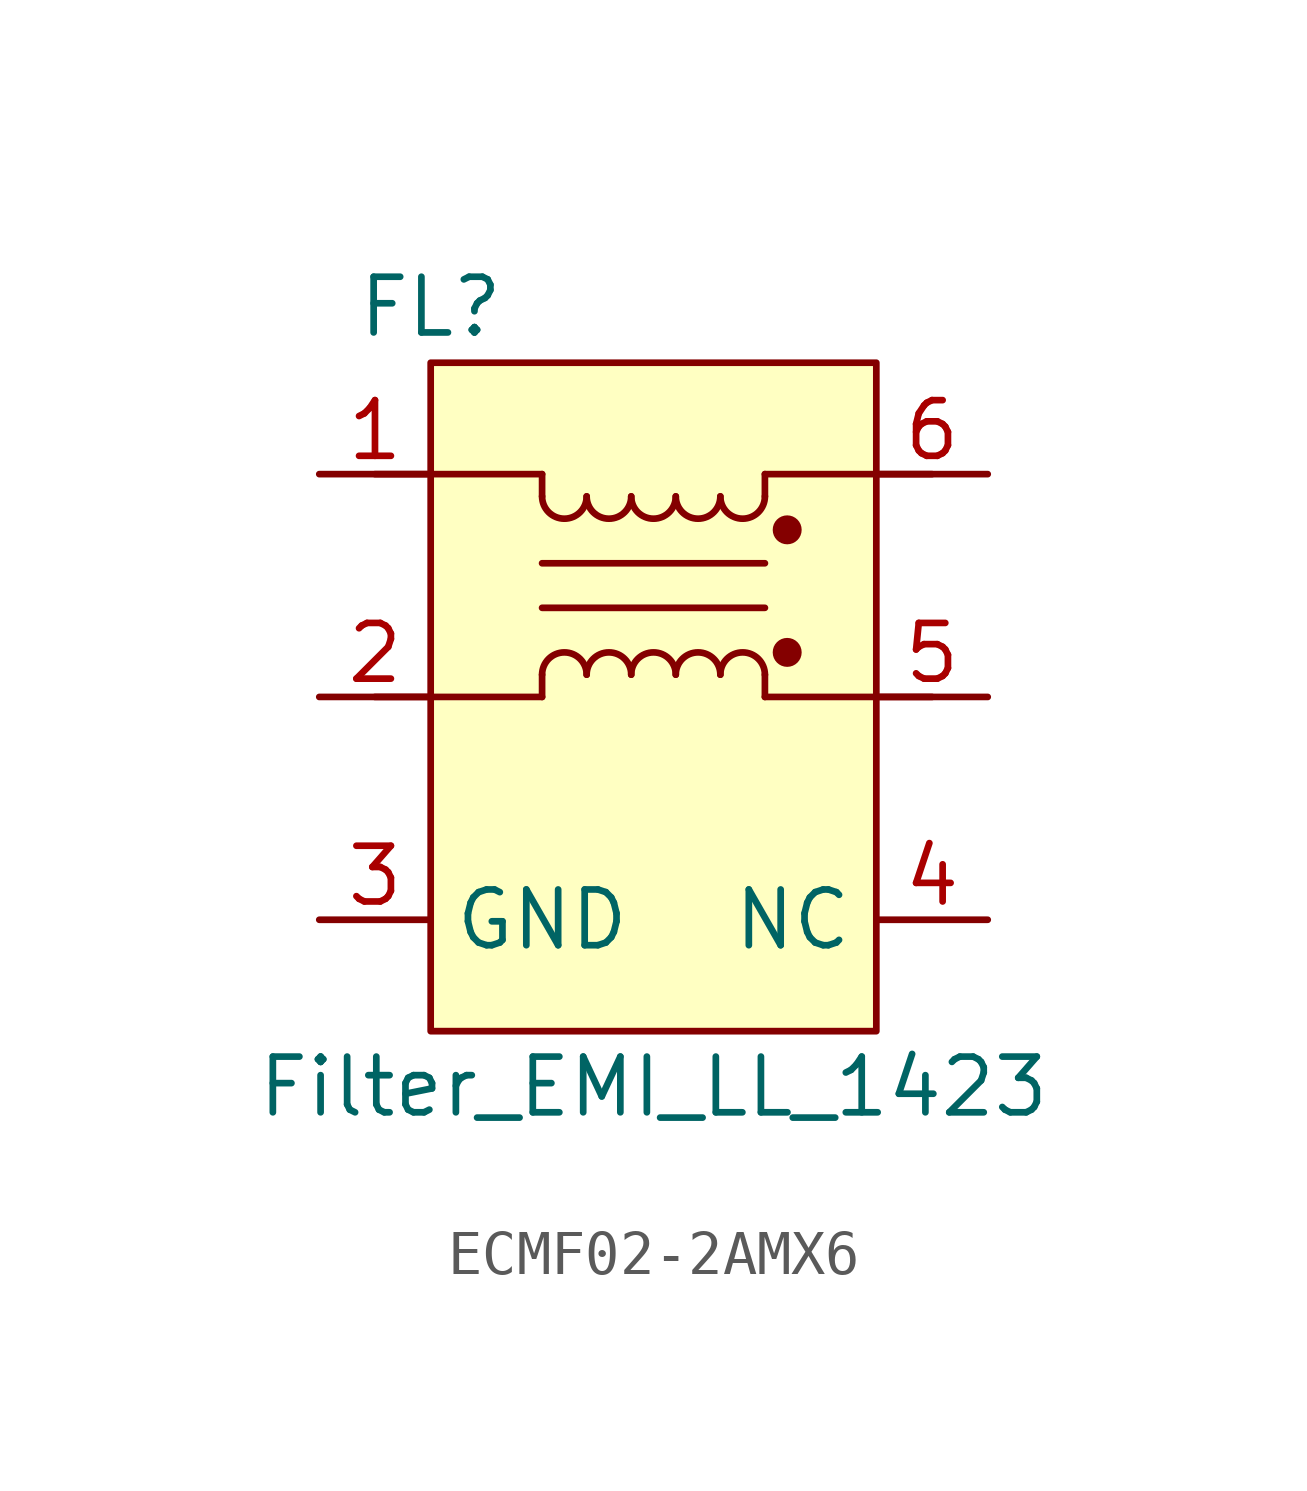
<source format=kicad_sym>
(kicad_symbol_lib
  (version 20220914)
  (generator kicad_symbol_editor)
  (symbol "ECMF02-2AMX6"
    (property "Reference" "FL"
      (at -5.08 6.35 0)
      (effects (font (size 1.27 1.27))))
    (property "Value" "Filter_EMI_LL_1423"
      (at 0 -11.43 0)
      (effects (font (size 1.27 1.27))))
    (symbol "ECMF02-2AMX6_0_1"
      (arc (start -2.54 2.032) (mid -2.032 1.5262) (end -1.524 2.032) (stroke (width 0) (type default)) (fill (type none)))
      (arc (start -1.524 -2.032) (mid -2.032 -1.5262) (end -2.54 -2.032) (stroke (width 0) (type default)) (fill (type none)))
      (arc (start -1.524 2.032) (mid -1.016 1.5262) (end -0.508 2.032) (stroke (width 0) (type default)) (fill (type none)))
      (arc (start -0.508 -2.032) (mid -1.016 -1.5262) (end -1.524 -2.032) (stroke (width 0) (type default)) (fill (type none)))
      (arc (start -0.508 2.032) (mid 0 1.5262) (end 0.508 2.032) (stroke (width 0) (type default)) (fill (type none)))
      (polyline (pts (xy -2.54 -2.54) (xy -2.54 -2.032)) (stroke (width 0) (type default)) (fill (type none)))
      (polyline (pts (xy -2.54 0.508) (xy 2.54 0.508)) (stroke (width 0) (type default)) (fill (type none)))
      (polyline (pts (xy -2.54 2.032) (xy -2.54 2.54)) (stroke (width 0) (type default)) (fill (type none)))
      (polyline (pts (xy 2.54 -2.032) (xy 2.54 -2.54)) (stroke (width 0) (type default)) (fill (type none)))
      (polyline (pts (xy 2.54 -0.508) (xy -2.54 -0.508)) (stroke (width 0) (type default)) (fill (type none)))
      (polyline (pts (xy 2.54 2.032) (xy 2.54 2.54)) (stroke (width 0) (type default)) (fill (type none)))
      (arc (start 0.508 -2.032) (mid 0 -1.5262) (end -0.508 -2.032) (stroke (width 0) (type default)) (fill (type none)))
      (arc (start 0.508 2.032) (mid 1.016 1.5262) (end 1.524 2.032) (stroke (width 0) (type default)) (fill (type none)))
      (arc (start 1.524 -2.032) (mid 1.016 -1.5262) (end 0.508 -2.032) (stroke (width 0) (type default)) (fill (type none)))
      (arc (start 1.524 2.032) (mid 2.032 1.5262) (end 2.54 2.032) (stroke (width 0) (type default)) (fill (type none)))
      (arc (start 2.54 -2.032) (mid 2.032 -1.5262) (end 1.524 -2.032) (stroke (width 0) (type default)) (fill (type none)))
      (circle (center 3.048 -1.524) (radius 0.254) (stroke (width 0) (type default)) (fill (type outline)))
      (circle (center 3.048 1.27) (radius 0.254) (stroke (width 0) (type default)) (fill (type outline))))
    (symbol "ECMF02-2AMX6_1_1"
      (rectangle (start -5.08 5.08) (end 5.08 -10.16) (stroke (width 0) (type default)) (fill (type background)))
      (polyline (pts (xy -6.35 -2.54) (xy -2.54 -2.54)) (stroke (width 0) (type default)) (fill (type none)))
      (polyline (pts (xy -2.54 2.54) (xy -6.35 2.54)) (stroke (width 0) (type default)) (fill (type none)))
      (polyline (pts (xy 2.54 -2.54) (xy 6.35 -2.54)) (stroke (width 0) (type default)) (fill (type none)))
      (polyline (pts (xy 2.54 2.54) (xy 6.35 2.54)) (stroke (width 0) (type default)) (fill (type none)))
      (pin passive line (at -7.62 2.54 0) (length 2.54) (name "" (effects (font (size 1.27 1.27)))) (number "1" (effects (font (size 1.27 1.27)))))
      (pin passive line (at -7.62 -2.54 0) (length 2.54) (name "" (effects (font (size 1.27 1.27)))) (number "2" (effects (font (size 1.27 1.27)))))
      (pin passive line (at -7.62 -7.62 0) (length 2.54) (name "GND" (effects (font (size 1.27 1.27)))) (number "3" (effects (font (size 1.27 1.27)))))
      (pin passive line (at 7.62 -7.62 180) (length 2.54) (name "NC" (effects (font (size 1.27 1.27)))) (number "4" (effects (font (size 1.27 1.27)))))
      (pin passive line (at 7.62 -2.54 180) (length 2.54) (name "" (effects (font (size 1.27 1.27)))) (number "5" (effects (font (size 1.27 1.27)))))
      (pin passive line (at 7.62 2.54 180) (length 2.54) (name "" (effects (font (size 1.27 1.27)))) (number "6" (effects (font (size 1.27 1.27))))))))
</source>
